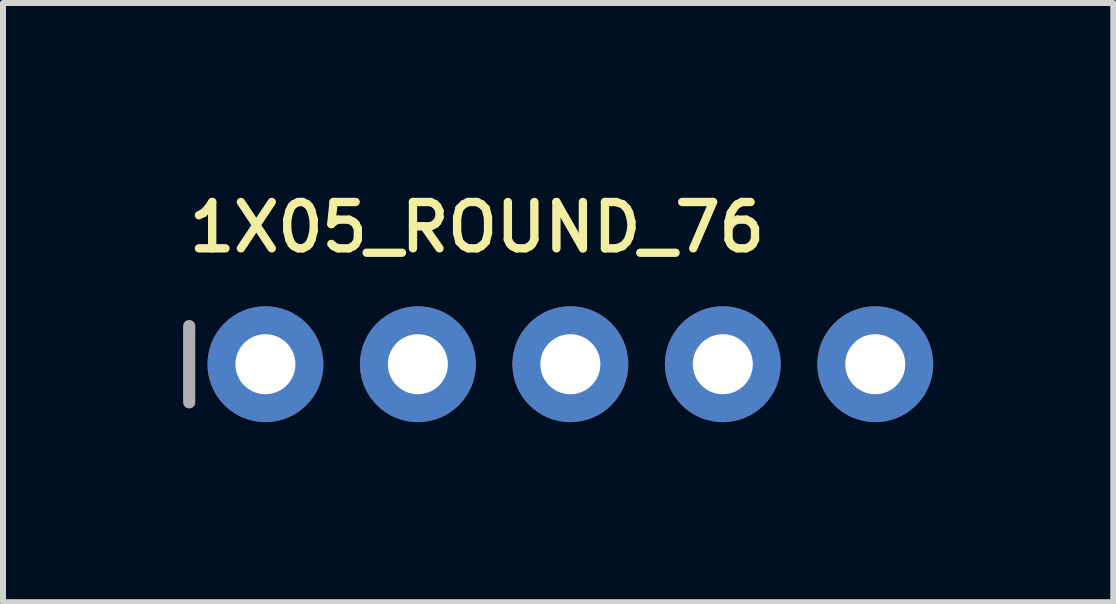
<source format=kicad_pcb>
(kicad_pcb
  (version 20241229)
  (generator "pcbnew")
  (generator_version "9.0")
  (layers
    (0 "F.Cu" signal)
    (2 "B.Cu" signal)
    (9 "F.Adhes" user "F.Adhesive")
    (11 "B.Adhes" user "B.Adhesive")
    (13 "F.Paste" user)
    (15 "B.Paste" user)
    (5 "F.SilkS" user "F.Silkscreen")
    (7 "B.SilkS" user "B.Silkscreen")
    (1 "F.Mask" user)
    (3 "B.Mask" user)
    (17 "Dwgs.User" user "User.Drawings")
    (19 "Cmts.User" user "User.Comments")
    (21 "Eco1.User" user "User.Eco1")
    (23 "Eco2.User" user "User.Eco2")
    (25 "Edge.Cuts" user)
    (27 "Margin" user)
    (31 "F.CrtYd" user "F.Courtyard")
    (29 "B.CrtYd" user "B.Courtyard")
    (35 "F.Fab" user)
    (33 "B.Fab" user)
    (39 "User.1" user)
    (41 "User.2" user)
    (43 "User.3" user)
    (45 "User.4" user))
  (footprint "1X05_ROUND_76"
    (layer "F.Cu")
    (at 6.452 3.018)
    (property "Reference" "1X05_ROUND_76" (at -6.426 -1.829 0) (layer "F.SilkS") (effects (font (size 0.772 0.772) (thickness 0.139)) (justify left bottom)))
    (attr through_hole)
    (fp_line (start -6.35 -0.635) (end -6.35 0.635) (stroke (width 0.203) (type solid)) (layer "F.Fab"))
    (fp_poly (pts (xy -5.334 0.254) (xy -4.826 0.254) (xy -4.826 -0.254) (xy -5.334 -0.254)) (stroke (width 0.1) (type solid)) (fill no) (layer "F.Fab"))
    (fp_poly (pts (xy -2.794 0.254) (xy -2.286 0.254) (xy -2.286 -0.254) (xy -2.794 -0.254)) (stroke (width 0.1) (type solid)) (fill no) (layer "F.Fab"))
    (fp_poly (pts (xy -0.254 0.254) (xy 0.254 0.254) (xy 0.254 -0.254) (xy -0.254 -0.254)) (stroke (width 0.1) (type solid)) (fill no) (layer "F.Fab"))
    (fp_poly (pts (xy 2.286 0.254) (xy 2.794 0.254) (xy 2.794 -0.254) (xy 2.286 -0.254)) (stroke (width 0.1) (type solid)) (fill no) (layer "F.Fab"))
    (fp_poly (pts (xy 4.826 0.254) (xy 5.334 0.254) (xy 5.334 -0.254) (xy 4.826 -0.254)) (stroke (width 0.1) (type solid)) (fill no) (layer "F.Fab"))
    (pad "1" thru_hole circle (at -5.08 0 90) (size 1.93 1.93) (drill 1) (layers "*.Cu" "*.Mask"))
    (pad "2" thru_hole circle (at -2.54 0 90) (size 1.93 1.93) (drill 1) (layers "*.Cu" "*.Mask"))
    (pad "3" thru_hole circle (at 0 0 90) (size 1.93 1.93) (drill 1) (layers "*.Cu" "*.Mask"))
    (pad "4" thru_hole circle (at 2.54 0 90) (size 1.93 1.93) (drill 1) (layers "*.Cu" "*.Mask"))
    (pad "5" thru_hole circle (at 5.08 0 90) (size 1.93 1.93) (drill 1) (layers "*.Cu" "*.Mask")))
  (gr_rect
    (start -3 -3)
    (end 15.497 6.983)
    (stroke (width 0.1) (type default))
    (fill no)
    (layer "Edge.Cuts")))
</source>
